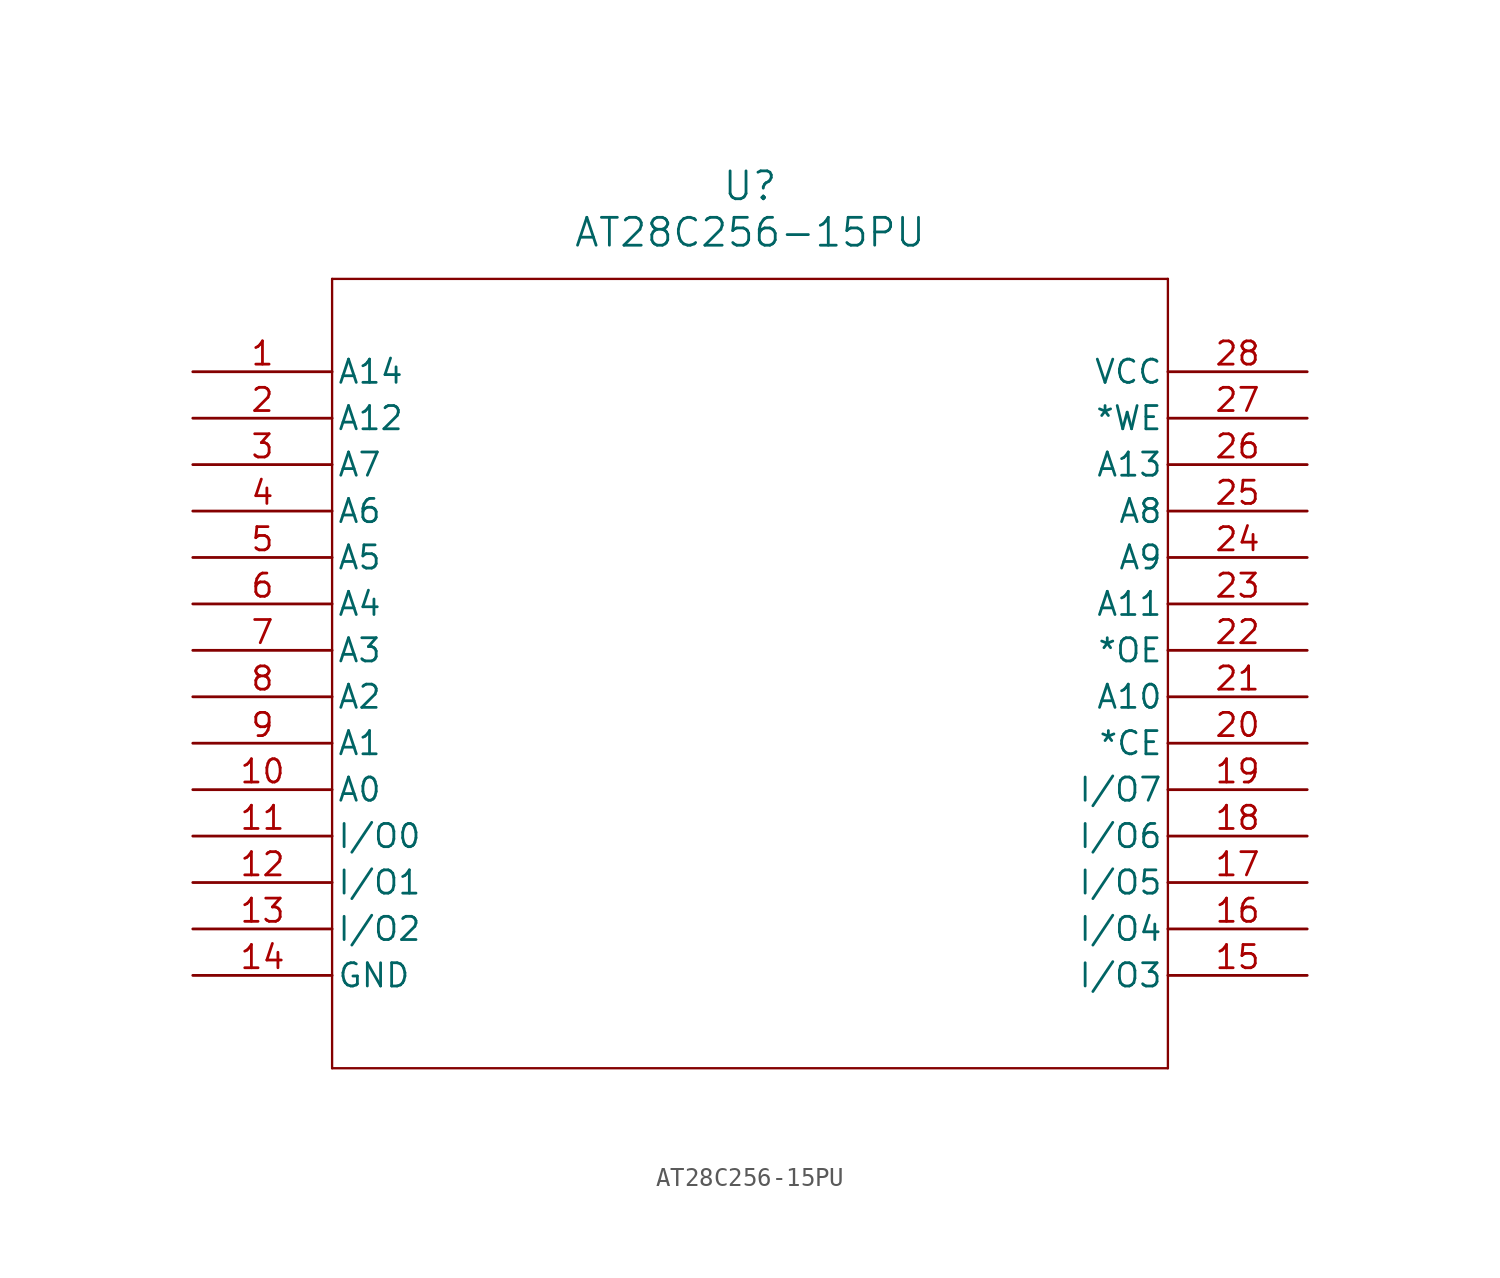
<source format=kicad_sym>
(kicad_symbol_lib
  (version 20211014)
  (generator kicad_symbol_editor)
  (symbol "AT28C256-15PU"
    (pin_names
      (offset 0.254))
    (property "Reference" "U"
      (at 30.48 10.16 0)
      (effects (font (size 1.524 1.524))))
    (property "Value" "AT28C256-15PU"
      (at 30.48 7.62 0)
      (effects (font (size 1.524 1.524))))
    (symbol "AT28C256-15PU_0_1"
      (polyline (pts (xy 7.62 5.08) (xy 7.62 -38.1)) (stroke (width 0.127) (type default) (color 0 0 0 0)) (fill (type none)))
      (polyline (pts (xy 7.62 -38.1) (xy 53.34 -38.1)) (stroke (width 0.127) (type default) (color 0 0 0 0)) (fill (type none)))
      (polyline (pts (xy 53.34 -38.1) (xy 53.34 5.08)) (stroke (width 0.127) (type default) (color 0 0 0 0)) (fill (type none)))
      (polyline (pts (xy 53.34 5.08) (xy 7.62 5.08)) (stroke (width 0.127) (type default) (color 0 0 0 0)) (fill (type none)))
      (pin unspecified line (at 0 0 0) (length 7.62) (name "A14" (effects (font (size 1.27 1.27)))) (number "1" (effects (font (size 1.27 1.27)))))
      (pin unspecified line (at 0 -2.54 0) (length 7.62) (name "A12" (effects (font (size 1.27 1.27)))) (number "2" (effects (font (size 1.27 1.27)))))
      (pin unspecified line (at 0 -5.08 0) (length 7.62) (name "A7" (effects (font (size 1.27 1.27)))) (number "3" (effects (font (size 1.27 1.27)))))
      (pin unspecified line (at 0 -7.62 0) (length 7.62) (name "A6" (effects (font (size 1.27 1.27)))) (number "4" (effects (font (size 1.27 1.27)))))
      (pin unspecified line (at 0 -10.16 0) (length 7.62) (name "A5" (effects (font (size 1.27 1.27)))) (number "5" (effects (font (size 1.27 1.27)))))
      (pin unspecified line (at 0 -12.7 0) (length 7.62) (name "A4" (effects (font (size 1.27 1.27)))) (number "6" (effects (font (size 1.27 1.27)))))
      (pin unspecified line (at 0 -15.24 0) (length 7.62) (name "A3" (effects (font (size 1.27 1.27)))) (number "7" (effects (font (size 1.27 1.27)))))
      (pin unspecified line (at 0 -17.78 0) (length 7.62) (name "A2" (effects (font (size 1.27 1.27)))) (number "8" (effects (font (size 1.27 1.27)))))
      (pin unspecified line (at 0 -20.32 0) (length 7.62) (name "A1" (effects (font (size 1.27 1.27)))) (number "9" (effects (font (size 1.27 1.27)))))
      (pin unspecified line (at 0 -22.86 0) (length 7.62) (name "A0" (effects (font (size 1.27 1.27)))) (number "10" (effects (font (size 1.27 1.27)))))
      (pin bidirectional line (at 0 -25.4 0) (length 7.62) (name "I/O0" (effects (font (size 1.27 1.27)))) (number "11" (effects (font (size 1.27 1.27)))))
      (pin bidirectional line (at 0 -27.94 0) (length 7.62) (name "I/O1" (effects (font (size 1.27 1.27)))) (number "12" (effects (font (size 1.27 1.27)))))
      (pin bidirectional line (at 0 -30.48 0) (length 7.62) (name "I/O2" (effects (font (size 1.27 1.27)))) (number "13" (effects (font (size 1.27 1.27)))))
      (pin power_in line (at 0 -33.02 0) (length 7.62) (name "GND" (effects (font (size 1.27 1.27)))) (number "14" (effects (font (size 1.27 1.27)))))
      (pin bidirectional line (at 60.96 -33.02 180) (length 7.62) (name "I/O3" (effects (font (size 1.27 1.27)))) (number "15" (effects (font (size 1.27 1.27)))))
      (pin bidirectional line (at 60.96 -30.48 180) (length 7.62) (name "I/O4" (effects (font (size 1.27 1.27)))) (number "16" (effects (font (size 1.27 1.27)))))
      (pin bidirectional line (at 60.96 -27.94 180) (length 7.62) (name "I/O5" (effects (font (size 1.27 1.27)))) (number "17" (effects (font (size 1.27 1.27)))))
      (pin bidirectional line (at 60.96 -25.4 180) (length 7.62) (name "I/O6" (effects (font (size 1.27 1.27)))) (number "18" (effects (font (size 1.27 1.27)))))
      (pin bidirectional line (at 60.96 -22.86 180) (length 7.62) (name "I/O7" (effects (font (size 1.27 1.27)))) (number "19" (effects (font (size 1.27 1.27)))))
      (pin unspecified line (at 60.96 -20.32 180) (length 7.62) (name "*CE" (effects (font (size 1.27 1.27)))) (number "20" (effects (font (size 1.27 1.27)))))
      (pin unspecified line (at 60.96 -17.78 180) (length 7.62) (name "A10" (effects (font (size 1.27 1.27)))) (number "21" (effects (font (size 1.27 1.27)))))
      (pin output line (at 60.96 -15.24 180) (length 7.62) (name "*OE" (effects (font (size 1.27 1.27)))) (number "22" (effects (font (size 1.27 1.27)))))
      (pin unspecified line (at 60.96 -12.7 180) (length 7.62) (name "A11" (effects (font (size 1.27 1.27)))) (number "23" (effects (font (size 1.27 1.27)))))
      (pin unspecified line (at 60.96 -10.16 180) (length 7.62) (name "A9" (effects (font (size 1.27 1.27)))) (number "24" (effects (font (size 1.27 1.27)))))
      (pin unspecified line (at 60.96 -7.62 180) (length 7.62) (name "A8" (effects (font (size 1.27 1.27)))) (number "25" (effects (font (size 1.27 1.27)))))
      (pin unspecified line (at 60.96 -5.08 180) (length 7.62) (name "A13" (effects (font (size 1.27 1.27)))) (number "26" (effects (font (size 1.27 1.27)))))
      (pin unspecified line (at 60.96 -2.54 180) (length 7.62) (name "*WE" (effects (font (size 1.27 1.27)))) (number "27" (effects (font (size 1.27 1.27)))))
      (pin power_in line (at 60.96 0 180) (length 7.62) (name "VCC" (effects (font (size 1.27 1.27)))) (number "28" (effects (font (size 1.27 1.27))))))))
</source>
